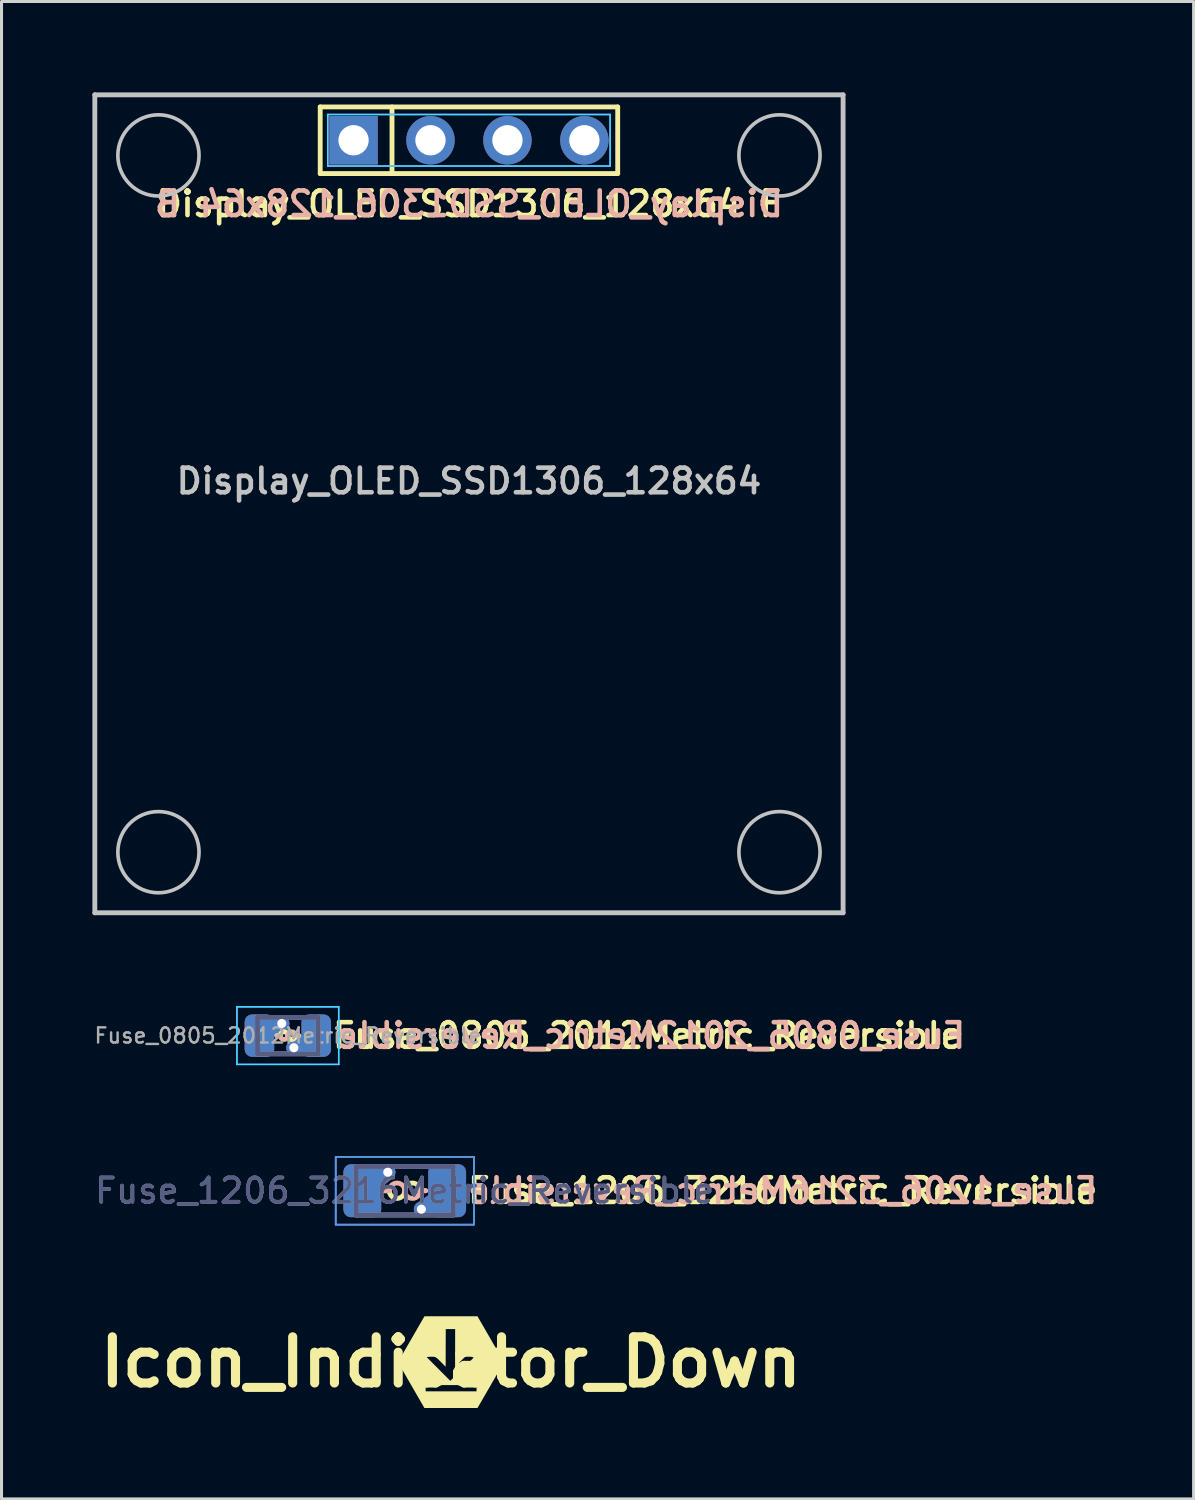
<source format=kicad_pcb>
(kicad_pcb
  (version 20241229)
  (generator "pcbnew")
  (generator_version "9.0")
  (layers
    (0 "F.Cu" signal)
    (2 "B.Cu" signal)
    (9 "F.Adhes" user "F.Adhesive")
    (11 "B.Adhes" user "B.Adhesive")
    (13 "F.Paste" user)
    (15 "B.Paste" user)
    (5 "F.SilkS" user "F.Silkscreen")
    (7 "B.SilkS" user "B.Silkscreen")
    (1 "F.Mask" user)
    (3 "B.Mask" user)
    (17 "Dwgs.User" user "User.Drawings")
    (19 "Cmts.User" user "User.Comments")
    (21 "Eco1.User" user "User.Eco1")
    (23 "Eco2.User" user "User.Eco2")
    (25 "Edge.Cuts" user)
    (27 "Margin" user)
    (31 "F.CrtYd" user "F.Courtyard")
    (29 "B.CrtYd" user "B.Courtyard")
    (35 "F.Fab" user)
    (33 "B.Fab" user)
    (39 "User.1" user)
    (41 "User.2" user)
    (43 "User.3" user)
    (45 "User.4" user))
  (footprint "Fuse_1206_3216Metric_Reversible"
    (layer "F.Cu")
    (at 10.31 36.255)
    (property "Reference" "Fuse_1206_3216Metric_Reversible" (at 2 0 0) (layer "F.SilkS") (effects (font (size 0.813 0.813) (thickness 0.152)) (justify left)))
    (attr smd)
    (fp_line (start -0.508 0) (end -0.69 0) (stroke (width 0.16) (type solid)) (layer "F.SilkS"))
    (fp_line (start 0.508 0) (end 0.69 0) (stroke (width 0.16) (type solid)) (layer "F.SilkS"))
    (fp_arc (start 0 0) (mid -0.254 0.254) (end -0.508 0) (stroke (width 0.16) (type solid)) (layer "F.SilkS"))
    (fp_arc (start 0 0) (mid 0.254 -0.254) (end 0.508 0) (stroke (width 0.16) (type solid)) (layer "F.SilkS"))
    (fp_line (start -0.508 0) (end -0.69 0) (stroke (width 0.16) (type solid)) (layer "B.SilkS"))
    (fp_line (start 0.508 0) (end 0.69 0) (stroke (width 0.16) (type solid)) (layer "B.SilkS"))
    (fp_arc (start -0.508 0) (mid -0.254 -0.254) (end 0 0) (stroke (width 0.16) (type solid)) (layer "B.SilkS"))
    (fp_arc (start 0.508 0) (mid 0.254 0.254) (end 0 0) (stroke (width 0.16) (type solid)) (layer "B.SilkS"))
    (fp_line (start -2.28 -1.12) (end 2.28 -1.12) (stroke (width 0.05) (type solid)) (layer "Cmts.User"))
    (fp_line (start -2.28 1.12) (end -2.28 -1.12) (stroke (width 0.05) (type solid)) (layer "Cmts.User"))
    (fp_line (start 2.28 -1.12) (end 2.28 1.12) (stroke (width 0.05) (type solid)) (layer "Cmts.User"))
    (fp_line (start 2.28 1.12) (end -2.28 1.12) (stroke (width 0.05) (type solid)) (layer "Cmts.User"))
    (fp_line (start -2.28 -1.12) (end 2.28 -1.12) (stroke (width 0.05) (type solid)) (layer "B.CrtYd"))
    (fp_line (start -2.28 1.12) (end -2.28 -1.12) (stroke (width 0.05) (type solid)) (layer "B.CrtYd"))
    (fp_line (start 2.28 -1.12) (end 2.28 1.12) (stroke (width 0.05) (type solid)) (layer "B.CrtYd"))
    (fp_line (start 2.28 1.12) (end -2.28 1.12) (stroke (width 0.05) (type solid)) (layer "B.CrtYd"))
    (fp_line (start -2.28 -1.12) (end 2.28 -1.12) (stroke (width 0.05) (type solid)) (layer "F.CrtYd"))
    (fp_line (start -2.28 1.12) (end -2.28 -1.12) (stroke (width 0.05) (type solid)) (layer "F.CrtYd"))
    (fp_line (start 2.28 -1.12) (end 2.28 1.12) (stroke (width 0.05) (type solid)) (layer "F.CrtYd"))
    (fp_line (start 2.28 1.12) (end -2.28 1.12) (stroke (width 0.05) (type solid)) (layer "F.CrtYd"))
    (fp_line (start -1.6 -0.8) (end 1.6 -0.8) (stroke (width 0.16) (type solid)) (layer "B.Fab"))
    (fp_line (start -1.6 0.8) (end -1.6 -0.8) (stroke (width 0.16) (type solid)) (layer "B.Fab"))
    (fp_line (start 1.6 -0.8) (end 1.6 0.8) (stroke (width 0.16) (type solid)) (layer "B.Fab"))
    (fp_line (start 1.6 0.8) (end -1.6 0.8) (stroke (width 0.16) (type solid)) (layer "B.Fab"))
    (fp_line (start -1.6 -0.8) (end 1.6 -0.8) (stroke (width 0.16) (type solid)) (layer "F.Fab"))
    (fp_line (start -1.6 0.8) (end -1.6 -0.8) (stroke (width 0.16) (type solid)) (layer "F.Fab"))
    (fp_line (start 1.6 -0.8) (end 1.6 0.8) (stroke (width 0.16) (type solid)) (layer "F.Fab"))
    (fp_line (start 1.6 0.8) (end -1.6 0.8) (stroke (width 0.16) (type solid)) (layer "F.Fab"))
    (fp_text user "${REFERENCE}" (at 2 0 0) (layer "B.SilkS") (effects (font (size 0.813 0.813) (thickness 0.152)) (justify right mirror)))
    (fp_text user "${REFERENCE}" (at 0 0 0) (layer "B.Fab") (effects (font (size 0.8 0.8) (thickness 0.12))))
    (fp_text user "${REFERENCE}" (at 0 0 0) (layer "F.Fab") (effects (font (size 0.8 0.8) (thickness 0.12))))
    (pad "1" smd custom (at -1.4 0) (size 0.01 0.01) (layers "F.Cu") (options (anchor circle)) (primitives (gr_line (start 0.841 -0.61) (end 0.028 0.051) (width 0.5))))
    (pad "1" smd custom (at -1.4 0) (size 0.01 0.01) (layers "B.Cu") (options (anchor circle)) (primitives (gr_line (start 0.841 -0.61) (end 0.028 0.051) (width 0.5))))
    (pad "1" smd roundrect (at -1.4 0) (size 1.25 1.75) (layers "F.Cu" "F.Mask" "F.Paste") (roundrect_rratio 0.2))
    (pad "1" smd roundrect (at -1.4 0) (size 1.25 1.75) (layers "B.Cu" "B.Mask" "B.Paste") (roundrect_rratio 0.2))
    (pad "1" thru_hole circle (at -0.559 -0.61) (size 0.5 0.5) (drill 0.3) (layers "*.Cu"))
    (pad "2" thru_hole circle (at 0.55 0.61) (size 0.5 0.5) (drill 0.3) (layers "*.Cu"))
    (pad "2" smd custom (at 1.4 0) (size 0.01 0.01) (layers "F.Cu") (options (anchor circle)) (primitives (gr_line (start -0.841 0.61) (end 0.022 0) (width 0.5))))
    (pad "2" smd custom (at 1.4 0) (size 0.01 0.01) (layers "B.Cu") (options (anchor circle)) (primitives (gr_line (start -0.841 0.61) (end 0.022 0) (width 0.5))))
    (pad "2" smd roundrect (at 1.4 0) (size 1.25 1.75) (layers "F.Cu" "F.Mask" "F.Paste") (roundrect_rratio 0.2))
    (pad "2" smd roundrect (at 1.4 0) (size 1.25 1.75) (layers "B.Cu" "B.Mask" "B.Paste") (roundrect_rratio 0.2)))
  (footprint "Fuse_0805_2012Metric_Reversible"
    (layer "F.Cu")
    (at 6.451 31.135)
    (property "Reference" "Fuse_0805_2012Metric_Reversible" (at 1.4 0 0) (layer "F.SilkS") (effects (font (size 0.813 0.813) (thickness 0.152)) (justify left)))
    (attr smd)
    (fp_line (start -0.254 0) (end -0.36 0) (stroke (width 0.16) (type solid)) (layer "F.SilkS"))
    (fp_line (start 0.36 0) (end 0.254 0) (stroke (width 0.16) (type solid)) (layer "F.SilkS"))
    (fp_arc (start -0.254 0) (mid -0.127 -0.127) (end 0 0) (stroke (width 0.16) (type solid)) (layer "F.SilkS"))
    (fp_arc (start 0.254 0) (mid 0.127 0.127) (end 0 0) (stroke (width 0.16) (type solid)) (layer "F.SilkS"))
    (fp_line (start -0.254 0) (end -0.36 0) (stroke (width 0.16) (type solid)) (layer "B.SilkS"))
    (fp_line (start 0.36 0) (end 0.254 0) (stroke (width 0.16) (type solid)) (layer "B.SilkS"))
    (fp_arc (start 0 0) (mid -0.127 0.127) (end -0.254 0) (stroke (width 0.16) (type solid)) (layer "B.SilkS"))
    (fp_arc (start 0 0) (mid 0.127 -0.127) (end 0.254 0) (stroke (width 0.16) (type solid)) (layer "B.SilkS"))
    (fp_line (start -1.68 -0.95) (end 1.68 -0.95) (stroke (width 0.05) (type solid)) (layer "B.CrtYd"))
    (fp_line (start -1.68 0.95) (end -1.68 -0.95) (stroke (width 0.05) (type solid)) (layer "B.CrtYd"))
    (fp_line (start 1.68 -0.95) (end 1.68 0.95) (stroke (width 0.05) (type solid)) (layer "B.CrtYd"))
    (fp_line (start 1.68 0.95) (end -1.68 0.95) (stroke (width 0.05) (type solid)) (layer "B.CrtYd"))
    (fp_line (start -1.68 -0.95) (end 1.68 -0.95) (stroke (width 0.05) (type solid)) (layer "F.CrtYd"))
    (fp_line (start -1.68 0.95) (end -1.68 -0.95) (stroke (width 0.05) (type solid)) (layer "F.CrtYd"))
    (fp_line (start 1.68 -0.95) (end 1.68 0.95) (stroke (width 0.05) (type solid)) (layer "F.CrtYd"))
    (fp_line (start 1.68 0.95) (end -1.68 0.95) (stroke (width 0.05) (type solid)) (layer "F.CrtYd"))
    (fp_line (start -1 -0.6) (end 1 -0.6) (stroke (width 0.16) (type solid)) (layer "B.Fab"))
    (fp_line (start -1 0.6) (end -1 -0.6) (stroke (width 0.16) (type solid)) (layer "B.Fab"))
    (fp_line (start 1 -0.6) (end 1 0.6) (stroke (width 0.16) (type solid)) (layer "B.Fab"))
    (fp_line (start 1 0.6) (end -1 0.6) (stroke (width 0.16) (type solid)) (layer "B.Fab"))
    (fp_line (start -1 -0.6) (end 1 -0.6) (stroke (width 0.16) (type solid)) (layer "F.Fab"))
    (fp_line (start -1 0.6) (end -1 -0.6) (stroke (width 0.16) (type solid)) (layer "F.Fab"))
    (fp_line (start 1 -0.6) (end 1 0.6) (stroke (width 0.16) (type solid)) (layer "F.Fab"))
    (fp_line (start 1 0.6) (end -1 0.6) (stroke (width 0.16) (type solid)) (layer "F.Fab"))
    (fp_text user "${REFERENCE}" (at 1.5 0 0) (layer "B.SilkS") (effects (font (size 0.813 0.813) (thickness 0.152)) (justify right mirror)))
    (fp_text user "${REFERENCE}" (at 0 0 0) (layer "F.Fab") (effects (font (size 0.5 0.5) (thickness 0.08))))
    (pad "1" smd custom (at -0.938 0) (size 0.01 0.01) (layers "F.Cu") (options (anchor circle)) (primitives (gr_line (start 0.738 -0.4) (end -0.062 0) (width 0.5))))
    (pad "1" smd custom (at -0.938 0) (size 0.01 0.01) (layers "B.Cu") (options (anchor circle)) (primitives (gr_line (start 0.738 -0.4) (end -0.062 0) (width 0.5))))
    (pad "1" smd roundrect (at -0.938 0) (size 0.975 1.4) (layers "F.Cu" "F.Mask" "F.Paste") (roundrect_rratio 0.25))
    (pad "1" smd roundrect (at -0.938 0) (size 0.975 1.4) (layers "B.Cu" "B.Mask" "B.Paste") (roundrect_rratio 0.25))
    (pad "1" thru_hole circle (at -0.2 -0.4) (size 0.5 0.5) (drill 0.3) (layers "*.Cu"))
    (pad "2" thru_hole circle (at 0.2 0.4) (size 0.5 0.5) (drill 0.3) (layers "*.Cu"))
    (pad "2" smd custom (at 0.938 0) (size 0.01 0.01) (layers "F.Cu") (options (anchor circle)) (primitives (gr_line (start -0.738 0.4) (end 0.062 0) (width 0.5))))
    (pad "2" smd custom (at 0.938 0) (size 0.01 0.01) (layers "B.Cu") (options (anchor circle)) (primitives (gr_line (start -0.738 0.4) (end 0.062 0) (width 0.5))))
    (pad "2" smd roundrect (at 0.938 0) (size 0.975 1.4) (layers "F.Cu" "F.Mask" "F.Paste") (roundrect_rratio 0.25))
    (pad "2" smd roundrect (at 0.938 0) (size 0.975 1.4) (layers "B.Cu" "B.Mask" "B.Paste") (roundrect_rratio 0.25)))
  (footprint "Display_OLED_SSD1306_128x64"
    (layer "F.Cu")
    (at 12.43 13.58)
    (property "Reference" "Display_OLED_SSD1306_128x64" (at 0 -0.75 180) (layer "Dwgs.User") (effects (font (size 0.813 0.813) (thickness 0.152))))
    (attr through_hole)
    (fp_line (start -4.91 -13.1) (end 4.91 -13.1) (stroke (width 0.16) (type solid)) (layer "F.SilkS"))
    (fp_line (start -4.91 -10.9) (end -4.91 -13.1) (stroke (width 0.16) (type solid)) (layer "F.SilkS"))
    (fp_line (start -2.54 -13.1) (end -2.54 -10.9) (stroke (width 0.16) (type solid)) (layer "F.SilkS"))
    (fp_line (start 4.91 -13.1) (end 4.91 -10.9) (stroke (width 0.16) (type solid)) (layer "F.SilkS"))
    (fp_line (start 4.91 -10.9) (end -4.91 -10.9) (stroke (width 0.16) (type solid)) (layer "F.SilkS"))
    (fp_line (start -12.35 -13.5) (end -12.35 13.5) (stroke (width 0.16) (type solid)) (layer "Dwgs.User"))
    (fp_line (start -12.35 -13.5) (end 12.35 -13.5) (stroke (width 0.16) (type solid)) (layer "Dwgs.User"))
    (fp_line (start -12.35 13.5) (end 12.35 13.5) (stroke (width 0.16) (type solid)) (layer "Dwgs.User"))
    (fp_line (start 12.35 -13.5) (end 12.35 13.5) (stroke (width 0.16) (type solid)) (layer "Dwgs.User"))
    (fp_circle (center -10.25 -11.5) (end -8.91 -11.5) (stroke (width 0.12) (type solid)) (fill no) (layer "Dwgs.User"))
    (fp_circle (center -10.25 11.5) (end -8.91 11.5) (stroke (width 0.12) (type solid)) (fill no) (layer "Dwgs.User"))
    (fp_circle (center 10.25 -11.5) (end 11.59 -11.5) (stroke (width 0.12) (type solid)) (fill no) (layer "Dwgs.User"))
    (fp_circle (center 10.25 11.5) (end 11.59 11.5) (stroke (width 0.12) (type solid)) (fill no) (layer "Dwgs.User"))
    (fp_line (start -4.66 -12.85) (end 4.66 -12.85) (stroke (width 0.05) (type solid)) (layer "B.CrtYd"))
    (fp_line (start -4.66 -11.15) (end -4.66 -12.85) (stroke (width 0.05) (type solid)) (layer "B.CrtYd"))
    (fp_line (start 4.66 -12.85) (end 4.66 -11.15) (stroke (width 0.05) (type solid)) (layer "B.CrtYd"))
    (fp_line (start 4.66 -11.15) (end -4.66 -11.15) (stroke (width 0.05) (type solid)) (layer "B.CrtYd"))
    (fp_line (start -4.66 -12.85) (end 4.66 -12.85) (stroke (width 0.05) (type solid)) (layer "F.CrtYd"))
    (fp_line (start -4.66 -11.15) (end -4.66 -12.85) (stroke (width 0.05) (type solid)) (layer "F.CrtYd"))
    (fp_line (start 4.66 -12.85) (end 4.66 -11.15) (stroke (width 0.05) (type solid)) (layer "F.CrtYd"))
    (fp_line (start 4.66 -11.15) (end -4.66 -11.15) (stroke (width 0.05) (type solid)) (layer "F.CrtYd"))
    (fp_text user "${REFERENCE} F" (at 0 -9.9 0) (layer "F.SilkS") (effects (font (size 0.813 0.813) (thickness 0.152))))
    (fp_text user "${REFERENCE} B" (at 0 -9.9 0) (layer "B.SilkS") (effects (font (size 0.813 0.813) (thickness 0.152)) (justify mirror)))
    (pad "1" thru_hole rect (at -3.81 -12) (size 1.6 1.6) (drill 1) (layers "*.Cu" "*.Mask"))
    (pad "2" thru_hole circle (at -1.27 -12) (size 1.6 1.6) (drill 1) (layers "*.Cu" "*.Mask"))
    (pad "3" thru_hole circle (at 1.27 -12) (size 1.6 1.6) (drill 1) (layers "*.Cu" "*.Mask"))
    (pad "4" thru_hole circle (at 3.81 -12) (size 1.6 1.6) (drill 1) (layers "*.Cu" "*.Mask")))
  (footprint "Icon_Indicator_Down"
    (layer "F.Cu")
    (at 11.836 41.912)
    (property "Reference" "Icon_Indicator_Down" (at 0 0 0) (layer "F.SilkS") (effects (font (size 1.524 1.524) (thickness 0.3))))
    (attr board_only exclude_from_pos_files exclude_from_bom)
    (fp_poly (pts (xy 1.312 -0.756) (xy 1.333 -0.72) (xy 1.354 -0.684) (xy 1.374 -0.648) (xy 1.394 -0.614) (xy 1.414 -0.579) (xy 1.434 -0.545) (xy 1.453 -0.512) (xy 1.471 -0.48) (xy 1.49 -0.448) (xy 1.508 -0.417) (xy 1.525 -0.387) (xy 1.542 -0.357) (xy 1.559 -0.329) (xy 1.575 -0.301) (xy 1.59 -0.274) (xy 1.605 -0.249) (xy 1.619 -0.224) (xy 1.633 -0.2) (xy 1.646 -0.178) (xy 1.658 -0.156) (xy 1.67 -0.136) (xy 1.681 -0.117) (xy 1.691 -0.099) (xy 1.7 -0.083) (xy 1.709 -0.067) (xy 1.717 -0.054) (xy 1.724 -0.041) (xy 1.73 -0.03) (xy 1.736 -0.021) (xy 1.74 -0.013) (xy 1.744 -0.007) (xy 1.746 -0.002) (xy 1.748 0.001) (xy 1.749 0.002) (xy 1.749 0.003) (xy 1.748 0.004) (xy 1.747 0.006) (xy 1.745 0.011) (xy 1.741 0.016) (xy 1.737 0.024) (xy 1.732 0.033) (xy 1.726 0.044) (xy 1.719 0.056) (xy 1.711 0.069) (xy 1.702 0.084) (xy 1.693 0.1) (xy 1.683 0.118) (xy 1.672 0.136) (xy 1.661 0.156) (xy 1.649 0.178) (xy 1.636 0.2) (xy 1.622 0.223) (xy 1.608 0.248) (xy 1.594 0.273) (xy 1.578 0.3) (xy 1.562 0.327) (xy 1.546 0.356) (xy 1.529 0.385) (xy 1.512 0.415) (xy 1.494 0.446) (xy 1.476 0.477) (xy 1.457 0.51) (xy 1.438 0.543) (xy 1.419 0.576) (xy 1.399 0.61) (xy 1.379 0.645) (xy 1.359 0.68) (xy 1.338 0.716) (xy 1.317 0.752) (xy 1.313 0.76) (xy 0.876 1.516) (xy -0.876 1.516) (xy -0.877 1.514) (xy -0.878 1.513) (xy -0.88 1.51) (xy -0.882 1.505) (xy -0.886 1.499) (xy -0.89 1.491) (xy -0.896 1.482) (xy -0.902 1.472) (xy -0.909 1.46) (xy -0.916 1.446) (xy -0.925 1.432) (xy -0.934 1.416) (xy -0.944 1.398) (xy -0.955 1.38) (xy -0.966 1.361) (xy -0.978 1.34) (xy -0.99 1.319) (xy -1.003 1.297) (xy -1.016 1.273) (xy -1.03 1.249) (xy -1.045 1.224) (xy -1.06 1.198) (xy -1.075 1.172) (xy -1.091 1.145) (xy -1.107 1.117) (xy -1.123 1.089) (xy -1.14 1.06) (xy -1.156 1.031) (xy -1.174 1.001) (xy -1.191 0.971) (xy -1.194 0.966) (xy -0.835 0.966) (xy 0.845 0.966) (xy 0.845 0.758) (xy -0.835 0.758) (xy -0.835 0.966) (xy -1.194 0.966) (xy -1.209 0.94) (xy -1.226 0.91) (xy -1.244 0.879) (xy -1.262 0.847) (xy -1.28 0.816) (xy -1.298 0.785) (xy -1.316 0.753) (xy -1.335 0.722) (xy -1.353 0.691) (xy -1.371 0.659) (xy -1.389 0.628) (xy -1.406 0.597) (xy -1.424 0.567) (xy -1.442 0.536) (xy -1.459 0.506) (xy -1.476 0.477) (xy -1.493 0.448) (xy -1.509 0.419) (xy -1.526 0.391) (xy -1.542 0.363) (xy -1.557 0.336) (xy -1.572 0.31) (xy -1.587 0.285) (xy -1.601 0.26) (xy -1.615 0.236) (xy -1.628 0.213) (xy -1.641 0.191) (xy -1.653 0.17) (xy -1.665 0.15) (xy -1.676 0.131) (xy -1.686 0.113) (xy -1.695 0.096) (xy -1.704 0.081) (xy -1.713 0.066) (xy -1.72 0.053) (xy -1.727 0.042) (xy -1.733 0.032) (xy -1.738 0.023) (xy -1.742 0.016) (xy -1.745 0.01) (xy -1.747 0.006) (xy -1.749 0.004) (xy -1.749 0.003) (xy -1.748 0.002) (xy -1.747 -0.001) (xy -1.745 -0.005) (xy -1.741 -0.011) (xy -1.737 -0.018) (xy -1.732 -0.027) (xy -1.726 -0.038) (xy -1.719 -0.05) (xy -1.711 -0.063) (xy -1.702 -0.078) (xy -1.693 -0.094) (xy -1.683 -0.112) (xy -1.672 -0.131) (xy -1.661 -0.151) (xy -1.649 -0.172) (xy -1.636 -0.194) (xy -1.622 -0.217) (xy -1.608 -0.242) (xy -1.594 -0.267) (xy -1.578 -0.294) (xy -1.567 -0.314) (xy -0.95 -0.314) (xy -0.486 0.153) (xy -0.46 0.178) (xy -0.435 0.204) (xy -0.41 0.229) (xy -0.386 0.253) (xy -0.362 0.277) (xy -0.338 0.301) (xy -0.315 0.324) (xy -0.293 0.346) (xy -0.271 0.368) (xy -0.25 0.39) (xy -0.23 0.41) (xy -0.21 0.43) (xy -0.191 0.449) (xy -0.173 0.467) (xy -0.156 0.484) (xy -0.139 0.501) (xy -0.124 0.517) (xy -0.109 0.531) (xy -0.095 0.545) (xy -0.083 0.557) (xy -0.071 0.569) (xy -0.061 0.579) (xy -0.051 0.589) (xy -0.043 0.597) (xy -0.036 0.604) (xy -0.031 0.61) (xy -0.026 0.614) (xy -0.023 0.617) (xy -0.021 0.619) (xy -0.021 0.619) (xy -0.02 0.618) (xy -0.018 0.616) (xy -0.015 0.613) (xy -0.01 0.608) (xy -0.004 0.602) (xy 0.004 0.595) (xy 0.012 0.586) (xy 0.022 0.577) (xy 0.033 0.566) (xy 0.044 0.554) (xy 0.057 0.541) (xy 0.071 0.528) (xy 0.086 0.513) (xy 0.102 0.497) (xy 0.119 0.48) (xy 0.137 0.463) (xy 0.155 0.444) (xy 0.174 0.425) (xy 0.194 0.405) (xy 0.215 0.385) (xy 0.236 0.363) (xy 0.258 0.341) (xy 0.281 0.319) (xy 0.304 0.296) (xy 0.328 0.272) (xy 0.352 0.248) (xy 0.377 0.224) (xy 0.402 0.199) (xy 0.428 0.173) (xy 0.446 0.155) (xy 0.912 -0.309) (xy 0.838 -0.31) (xy 0.824 -0.31) (xy 0.808 -0.31) (xy 0.791 -0.31) (xy 0.773 -0.31) (xy 0.755 -0.31) (xy 0.737 -0.31) (xy 0.719 -0.31) (xy 0.703 -0.31) (xy 0.687 -0.311) (xy 0.683 -0.311) (xy 0.603 -0.311) (xy 0.369 -0.079) (xy 0.136 0.153) (xy 0.136 0.127) (xy 0.136 0.124) (xy 0.136 0.119) (xy 0.136 0.112) (xy 0.136 0.103) (xy 0.136 0.093) (xy 0.136 0.081) (xy 0.136 0.068) (xy 0.136 0.053) (xy 0.136 0.036) (xy 0.136 0.018) (xy 0.136 -0.001) (xy 0.136 -0.021) (xy 0.136 -0.042) (xy 0.136 -0.065) (xy 0.136 -0.088) (xy 0.136 -0.113) (xy 0.136 -0.138) (xy 0.136 -0.164) (xy 0.136 -0.19) (xy 0.136 -0.218) (xy 0.136 -0.246) (xy 0.136 -0.274) (xy 0.136 -0.303) (xy 0.137 -0.332) (xy 0.137 -0.361) (xy 0.137 -0.39) (xy 0.137 -0.42) (xy 0.137 -0.45) (xy 0.137 -0.479) (xy 0.137 -0.509) (xy 0.137 -0.538) (xy 0.137 -0.567) (xy 0.137 -0.596) (xy 0.137 -0.624) (xy 0.137 -0.652) (xy 0.137 -0.679) (xy 0.137 -0.706) (xy 0.138 -0.732) (xy 0.138 -0.757) (xy 0.138 -0.782) (xy 0.138 -0.805) (xy 0.138 -0.828) (xy 0.138 -0.849) (xy 0.138 -0.869) (xy 0.138 -0.888) (xy 0.138 -0.906) (xy 0.138 -0.923) (xy 0.138 -0.938) (xy 0.138 -0.951) (xy 0.138 -0.963) (xy 0.138 -0.974) (xy 0.138 -0.978) (xy 0.139 -1.09) (xy -0.016 -1.09) (xy -0.034 -1.09) (xy -0.051 -1.09) (xy -0.067 -1.09) (xy -0.082 -1.09) (xy -0.097 -1.09) (xy -0.111 -1.09) (xy -0.123 -1.09) (xy -0.135 -1.09) (xy -0.145 -1.09) (xy -0.153 -1.09) (xy -0.161 -1.09) (xy -0.166 -1.09) (xy -0.17 -1.09) (xy -0.172 -1.09) (xy -0.172 -1.09) (xy -0.172 -1.089) (xy -0.172 -1.086) (xy -0.172 -1.081) (xy -0.172 -1.075) (xy -0.172 -1.066) (xy -0.172 -1.056) (xy -0.172 -1.044) (xy -0.172 -1.031) (xy -0.172 -1.016) (xy -0.172 -0.999) (xy -0.172 -0.981) (xy -0.172 -0.962) (xy -0.172 -0.942) (xy -0.172 -0.92) (xy -0.173 -0.897) (xy -0.173 -0.873) (xy -0.173 -0.847) (xy -0.173 -0.821) (xy -0.173 -0.794) (xy -0.173 -0.766) (xy -0.173 -0.737) (xy -0.173 -0.707) (xy -0.173 -0.676) (xy -0.173 -0.645) (xy -0.173 -0.613) (xy -0.173 -0.581) (xy -0.174 -0.553) (xy -0.174 -0.52) (xy -0.174 -0.487) (xy -0.174 -0.454) (xy -0.174 -0.421) (xy -0.174 -0.389) (xy -0.174 -0.357) (xy -0.174 -0.326) (xy -0.174 -0.295) (xy -0.174 -0.265) (xy -0.174 -0.236) (xy -0.174 -0.208) (xy -0.175 -0.18) (xy -0.175 -0.154) (xy -0.175 -0.129) (xy -0.175 -0.105) (xy -0.175 -0.082) (xy -0.175 -0.06) (xy -0.175 -0.04) (xy -0.175 -0.021) (xy -0.175 -0.003) (xy -0.175 0.013) (xy -0.175 0.027) (xy -0.175 0.039) (xy -0.175 0.05) (xy -0.175 0.059) (xy -0.175 0.066) (xy -0.175 0.068) (xy -0.175 0.153) (xy -0.408 -0.08) (xy -0.64 -0.313) (xy -0.752 -0.314) (xy -0.768 -0.314) (xy -0.784 -0.314) (xy -0.8 -0.314) (xy -0.816 -0.314) (xy -0.832 -0.315) (xy -0.846 -0.315) (xy -0.86 -0.315) (xy -0.873 -0.315) (xy -0.884 -0.315) (xy -0.894 -0.315) (xy -0.903 -0.315) (xy -0.908 -0.315) (xy -0.95 -0.314) (xy -1.567 -0.314) (xy -1.562 -0.321) (xy -1.546 -0.35) (xy -1.529 -0.379) (xy -1.512 -0.409) (xy -1.494 -0.44) (xy -1.476 -0.471) (xy -1.457 -0.504) (xy -1.438 -0.537) (xy -1.419 -0.57) (xy -1.399 -0.604) (xy -1.379 -0.639) (xy -1.359 -0.674) (xy -1.338 -0.71) (xy -1.317 -0.746) (xy -1.312 -0.755) (xy -0.875 -1.512) (xy 0.876 -1.512)) (stroke (width 0) (type solid)) (fill yes) (layer "F.SilkS")))
  (gr_rect
    (start -3 -3)
    (end 36.35 46.428)
    (stroke (width 0.1) (type default))
    (fill no)
    (layer "Edge.Cuts")))
</source>
